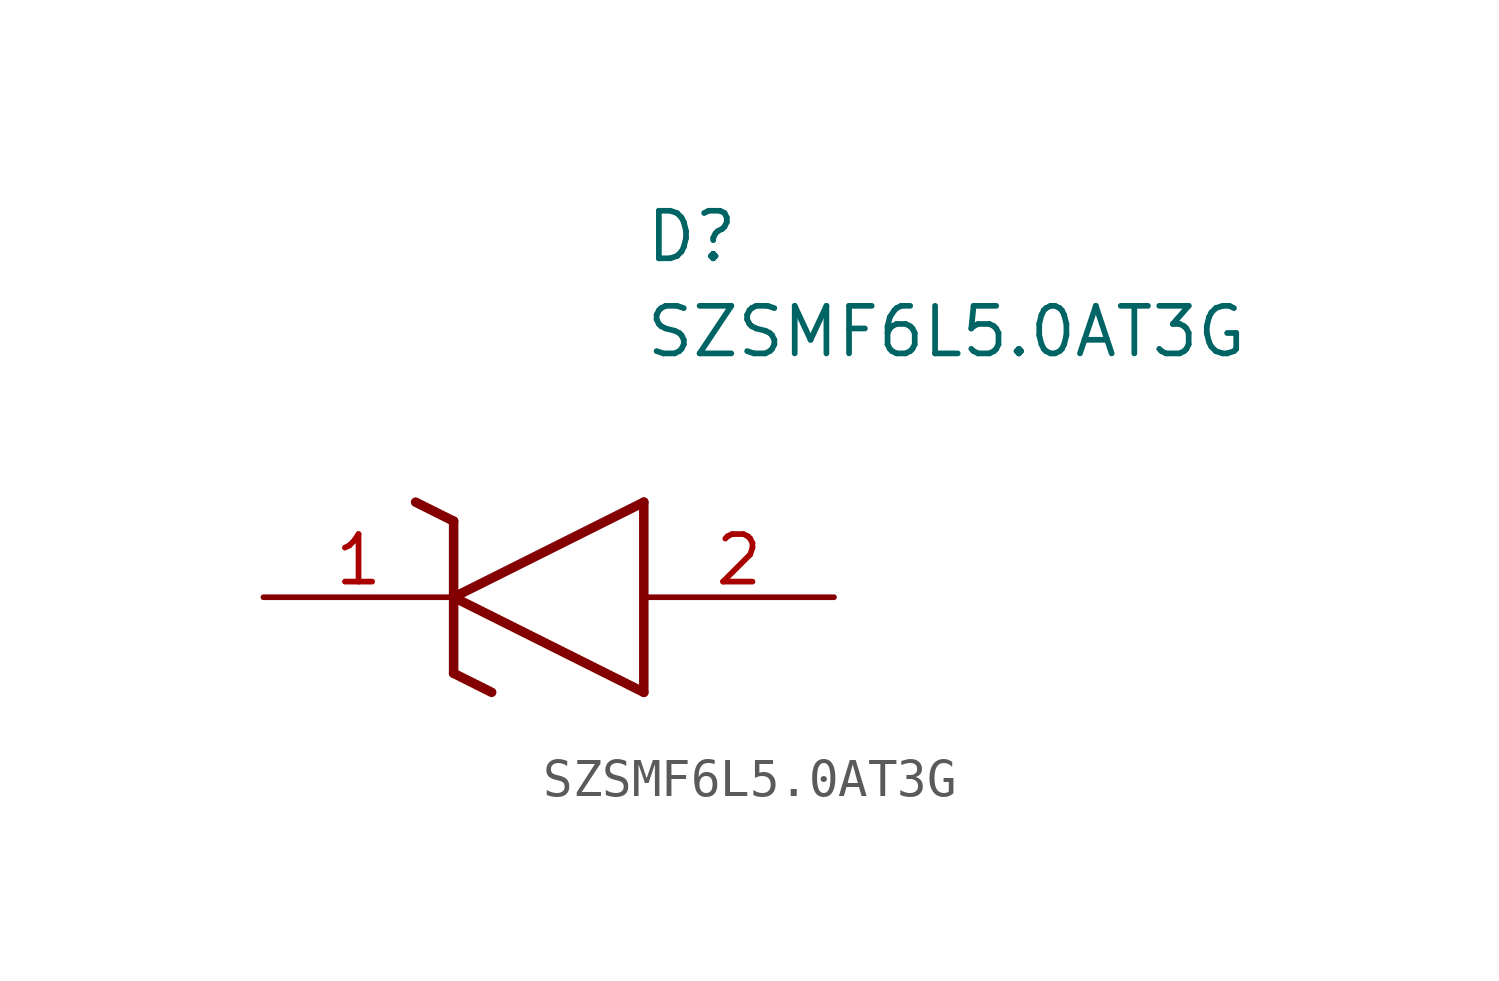
<source format=kicad_sym>
(kicad_symbol_lib
  (version 20211014)
  (generator SamacSys_ECAD_Model)
  (symbol "SZSMF6L5.0AT3G"
    (pin_names hide)
    (property "Reference" "D"
      (at 10.16 8.89 0)
      (effects (font (size 1.27 1.27)) (justify left bottom)))
    (property "Value" "SZSMF6L5.0AT3G"
      (at 10.16 6.35 0)
      (effects (font (size 1.27 1.27)) (justify left bottom)))
    (polyline
      (pts (xy 5.08 0) (xy 10.16 2.54))
      (stroke (width 0.254) (type default))
      (fill (type none)))
    (polyline
      (pts (xy 10.16 -2.54) (xy 10.16 2.54))
      (stroke (width 0.254) (type default))
      (fill (type none)))
    (polyline
      (pts (xy 10.16 -2.54) (xy 5.08 0))
      (stroke (width 0.254) (type default))
      (fill (type none)))
    (polyline
      (pts (xy 5.08 -2.032) (xy 6.096 -2.54))
      (stroke (width 0.254) (type default))
      (fill (type none)))
    (polyline
      (pts (xy 5.08 -2.032) (xy 5.08 2.032))
      (stroke (width 0.254) (type default))
      (fill (type none)))
    (polyline
      (pts (xy 4.064 2.54) (xy 5.08 2.032))
      (stroke (width 0.254) (type default))
      (fill (type none)))
    (pin passive line
      (at 0 0 0)
      (length 5.08)
      (name "K" (effects (font (size 1.27 1.27))))
      (number "1" (effects (font (size 1.27 1.27)))))
    (pin passive line
      (at 15.24 0 180)
      (length 5.08)
      (name "A" (effects (font (size 1.27 1.27))))
      (number "2" (effects (font (size 1.27 1.27)))))))
</source>
